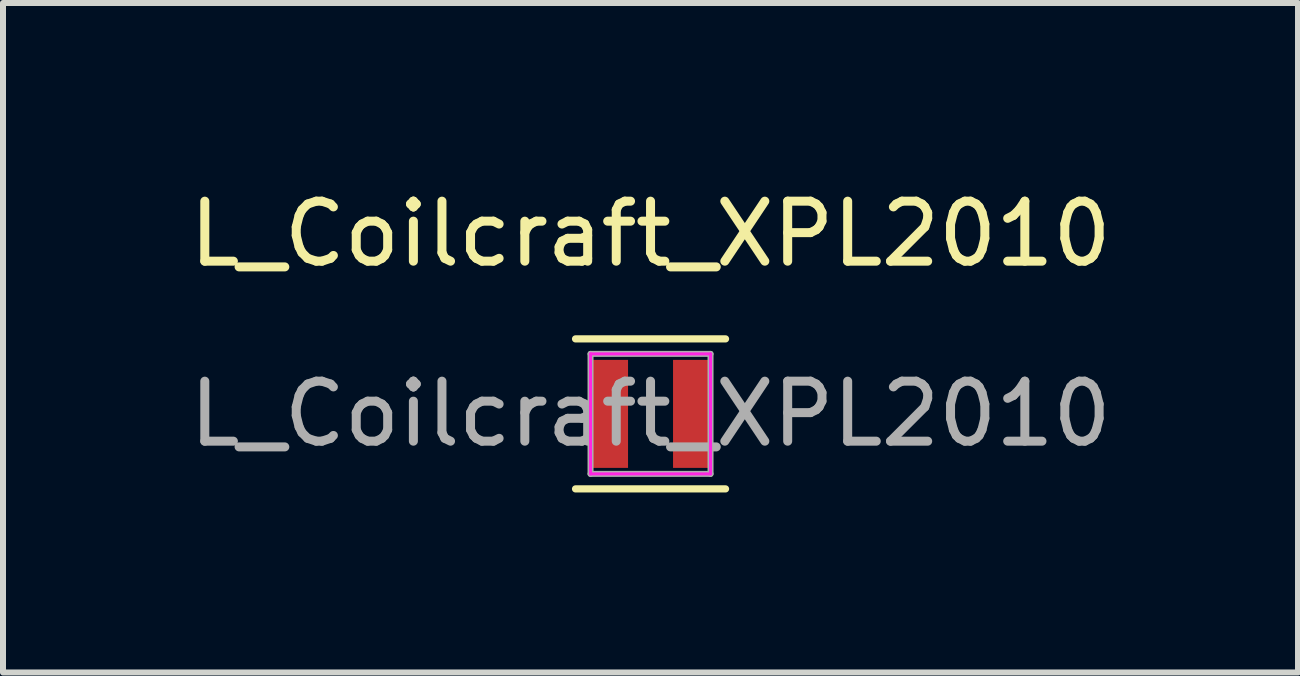
<source format=kicad_pcb>
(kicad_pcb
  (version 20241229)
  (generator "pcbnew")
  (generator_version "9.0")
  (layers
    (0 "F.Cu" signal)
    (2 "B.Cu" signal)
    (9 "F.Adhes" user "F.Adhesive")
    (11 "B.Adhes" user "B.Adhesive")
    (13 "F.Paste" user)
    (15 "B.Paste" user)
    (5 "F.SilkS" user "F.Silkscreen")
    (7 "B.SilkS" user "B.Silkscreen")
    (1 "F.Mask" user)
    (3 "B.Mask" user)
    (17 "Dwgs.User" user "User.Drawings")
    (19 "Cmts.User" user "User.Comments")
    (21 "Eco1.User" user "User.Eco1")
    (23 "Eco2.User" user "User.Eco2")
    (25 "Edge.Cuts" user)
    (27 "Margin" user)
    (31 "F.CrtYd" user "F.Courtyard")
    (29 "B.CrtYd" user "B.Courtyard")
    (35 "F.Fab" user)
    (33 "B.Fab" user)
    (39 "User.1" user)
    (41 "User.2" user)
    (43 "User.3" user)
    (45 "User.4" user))
  (footprint "L_Coilcraft_XPL2010"
    (layer "F.Cu")
    (at 7.792 3.848)
    (property "Reference" "L_Coilcraft_XPL2010" (at 0 -3 0) (layer "F.SilkS") (effects (font (size 1 1) (thickness 0.15))))
    (attr smd)
    (fp_line (start -1.25 -1.25) (end 1.25 -1.25) (stroke (width 0.12) (type solid)) (layer "F.SilkS"))
    (fp_line (start 1.25 1.25) (end -1.25 1.25) (stroke (width 0.12) (type solid)) (layer "F.SilkS"))
    (fp_line (start -1 -1) (end 1 -1) (stroke (width 0.05) (type solid)) (layer "F.CrtYd"))
    (fp_line (start -1 1) (end -1 -1) (stroke (width 0.05) (type solid)) (layer "F.CrtYd"))
    (fp_line (start 1 -1) (end 1 1) (stroke (width 0.05) (type solid)) (layer "F.CrtYd"))
    (fp_line (start 1 1) (end -1 1) (stroke (width 0.05) (type solid)) (layer "F.CrtYd"))
    (fp_line (start -1 -1) (end 1 -1) (stroke (width 0.1) (type solid)) (layer "F.Fab"))
    (fp_line (start -1 1) (end -1 -1) (stroke (width 0.1) (type solid)) (layer "F.Fab"))
    (fp_line (start 1 -1) (end 1 1) (stroke (width 0.1) (type solid)) (layer "F.Fab"))
    (fp_line (start 1 1) (end -1 1) (stroke (width 0.1) (type solid)) (layer "F.Fab"))
    (fp_text user "${REFERENCE}" (at 0 0 0) (layer "F.Fab") (effects (font (size 1 1) (thickness 0.15))))
    (pad "1" smd rect (at -0.675 0) (size 0.6 1.8) (layers "F.Cu" "F.Mask" "F.Paste"))
    (pad "2" smd rect (at 0.675 0) (size 0.6 1.8) (layers "F.Cu" "F.Mask" "F.Paste")))
  (gr_rect
    (start -3 -3)
    (end 18.583 8.158)
    (stroke (width 0.1) (type default))
    (fill no)
    (layer "Edge.Cuts")))
</source>
